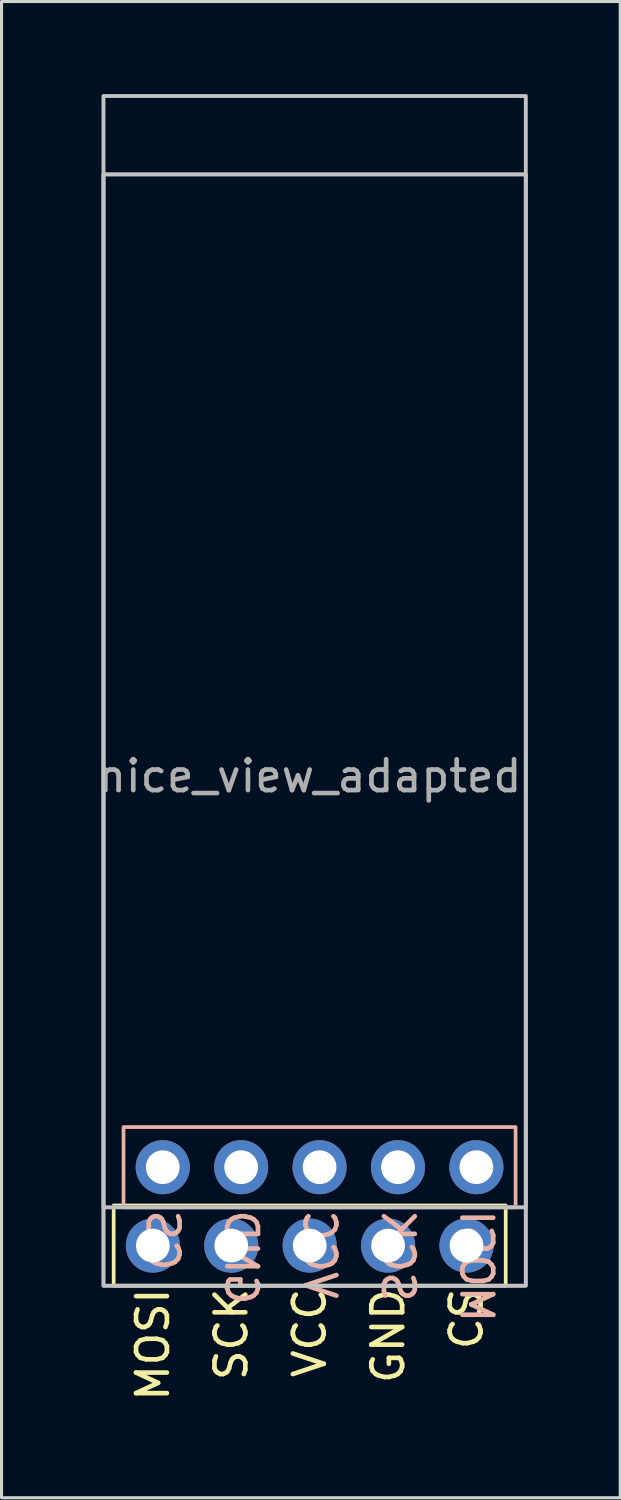
<source format=kicad_pcb>
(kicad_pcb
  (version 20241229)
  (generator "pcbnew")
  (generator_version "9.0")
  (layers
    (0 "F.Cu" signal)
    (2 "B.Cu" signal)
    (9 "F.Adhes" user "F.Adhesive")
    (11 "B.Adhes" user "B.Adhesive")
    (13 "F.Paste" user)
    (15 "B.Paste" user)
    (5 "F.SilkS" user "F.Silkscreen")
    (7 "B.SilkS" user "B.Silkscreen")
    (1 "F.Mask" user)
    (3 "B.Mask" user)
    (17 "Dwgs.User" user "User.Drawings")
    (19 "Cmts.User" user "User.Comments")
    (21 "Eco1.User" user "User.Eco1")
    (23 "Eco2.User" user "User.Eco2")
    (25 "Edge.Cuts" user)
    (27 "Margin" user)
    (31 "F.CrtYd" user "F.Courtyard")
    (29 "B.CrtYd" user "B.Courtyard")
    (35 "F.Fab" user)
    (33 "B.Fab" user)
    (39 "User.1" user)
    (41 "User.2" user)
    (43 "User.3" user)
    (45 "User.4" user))
  (footprint "nice_view_adapted"
    (layer "F.Cu")
    (at 7.124 20.82)
    (property "Reference" "nice_view_adapted" (at -0.142 1.27 0) (unlocked yes) (layer "F.Fab") (effects (font (size 1 1) (thickness 0.15))))
    (attr through_hole)
    (fp_rect (start -6.492 15.18) (end 6.208 17.78) (stroke (width 0.12) (type solid)) (fill no) (layer "F.SilkS"))
    (fp_rect (start 6.528 12.64) (end -6.172 15.24) (stroke (width 0.12) (type solid)) (fill no) (layer "B.SilkS"))
    (fp_rect (start -6.822 15.24) (end 6.858 -20.76) (stroke (width 0.12) (type solid)) (fill no) (layer "Dwgs.User"))
    (fp_rect (start 6.858 17.78) (end -6.822 -18.22) (stroke (width 0.12) (type solid)) (fill no) (layer "Dwgs.User"))
    (fp_rect (start -6.822 15.24) (end 6.858 -20.76) (stroke (width 0.12) (type solid)) (fill no) (layer "B.Fab"))
    (fp_rect (start 6.858 17.78) (end -6.822 -18.22) (stroke (width 0.12) (type solid)) (fill no) (layer "F.Fab"))
    (fp_text user "SCK" (at -2.682 17.78 90) (unlocked yes) (layer "F.SilkS") (effects (font (size 1 1) (thickness 0.15)) (justify right)))
    (fp_text user "CS" (at 4.938 17.78 90) (unlocked yes) (layer "F.SilkS") (effects (font (size 1 1) (thickness 0.15)) (justify right)))
    (fp_text user "MOSI" (at -5.222 17.78 90) (unlocked yes) (layer "F.SilkS") (effects (font (size 1 1) (thickness 0.15)) (justify right)))
    (fp_text user "GND" (at 2.398 17.78 90) (unlocked yes) (layer "F.SilkS") (effects (font (size 1 1) (thickness 0.15)) (justify right)))
    (fp_text user "VCC" (at -0.142 17.78 90) (unlocked yes) (layer "F.SilkS") (effects (font (size 1 1) (thickness 0.15)) (justify right)))
    (fp_text user "SCK" (at 2.718 15.24 270) (unlocked yes) (layer "B.SilkS") (effects (font (size 1 1) (thickness 0.15)) (justify right mirror)))
    (fp_text user "CS" (at -4.902 15.24 270) (unlocked yes) (layer "B.SilkS") (effects (font (size 1 1) (thickness 0.15)) (justify right mirror)))
    (fp_text user "VCC" (at 0.178 15.24 270) (unlocked yes) (layer "B.SilkS") (effects (font (size 1 1) (thickness 0.15)) (justify right mirror)))
    (fp_text user "MOSI" (at 5.258 15.24 270) (unlocked yes) (layer "B.SilkS") (effects (font (size 1 1) (thickness 0.15)) (justify right mirror)))
    (fp_text user "GND" (at -2.362 15.24 270) (unlocked yes) (layer "B.SilkS") (effects (font (size 1 1) (thickness 0.15)) (justify right mirror)))
    (pad "1" thru_hole circle (at -5.222 16.48) (size 1.753 1.753) (drill 1.092) (layers "*.Cu" "*.Mask"))
    (pad "1" thru_hole circle (at 5.258 13.94) (size 1.753 1.753) (drill 1.092) (layers "*.Cu" "*.Mask"))
    (pad "2" thru_hole circle (at -2.682 16.48) (size 1.753 1.753) (drill 1.092) (layers "*.Cu" "*.Mask"))
    (pad "2" thru_hole circle (at 2.718 13.94) (size 1.753 1.753) (drill 1.092) (layers "*.Cu" "*.Mask"))
    (pad "3" thru_hole circle (at -0.142 16.48) (size 1.753 1.753) (drill 1.092) (layers "*.Cu" "*.Mask"))
    (pad "3" thru_hole circle (at 0.178 13.94) (size 1.753 1.753) (drill 1.092) (layers "*.Cu" "*.Mask"))
    (pad "4" thru_hole circle (at -2.362 13.94) (size 1.753 1.753) (drill 1.092) (layers "*.Cu" "*.Mask"))
    (pad "4" thru_hole circle (at 2.398 16.48) (size 1.753 1.753) (drill 1.092) (layers "*.Cu" "*.Mask"))
    (pad "5" thru_hole circle (at -4.902 13.94) (size 1.753 1.753) (drill 1.092) (layers "*.Cu" "*.Mask"))
    (pad "5" thru_hole circle (at 4.938 16.48) (size 1.753 1.753) (drill 1.092) (layers "*.Cu" "*.Mask")))
  (gr_rect
    (start -3 -3)
    (end 17.042 45.469)
    (stroke (width 0.1) (type default))
    (fill no)
    (layer "Edge.Cuts")))
</source>
